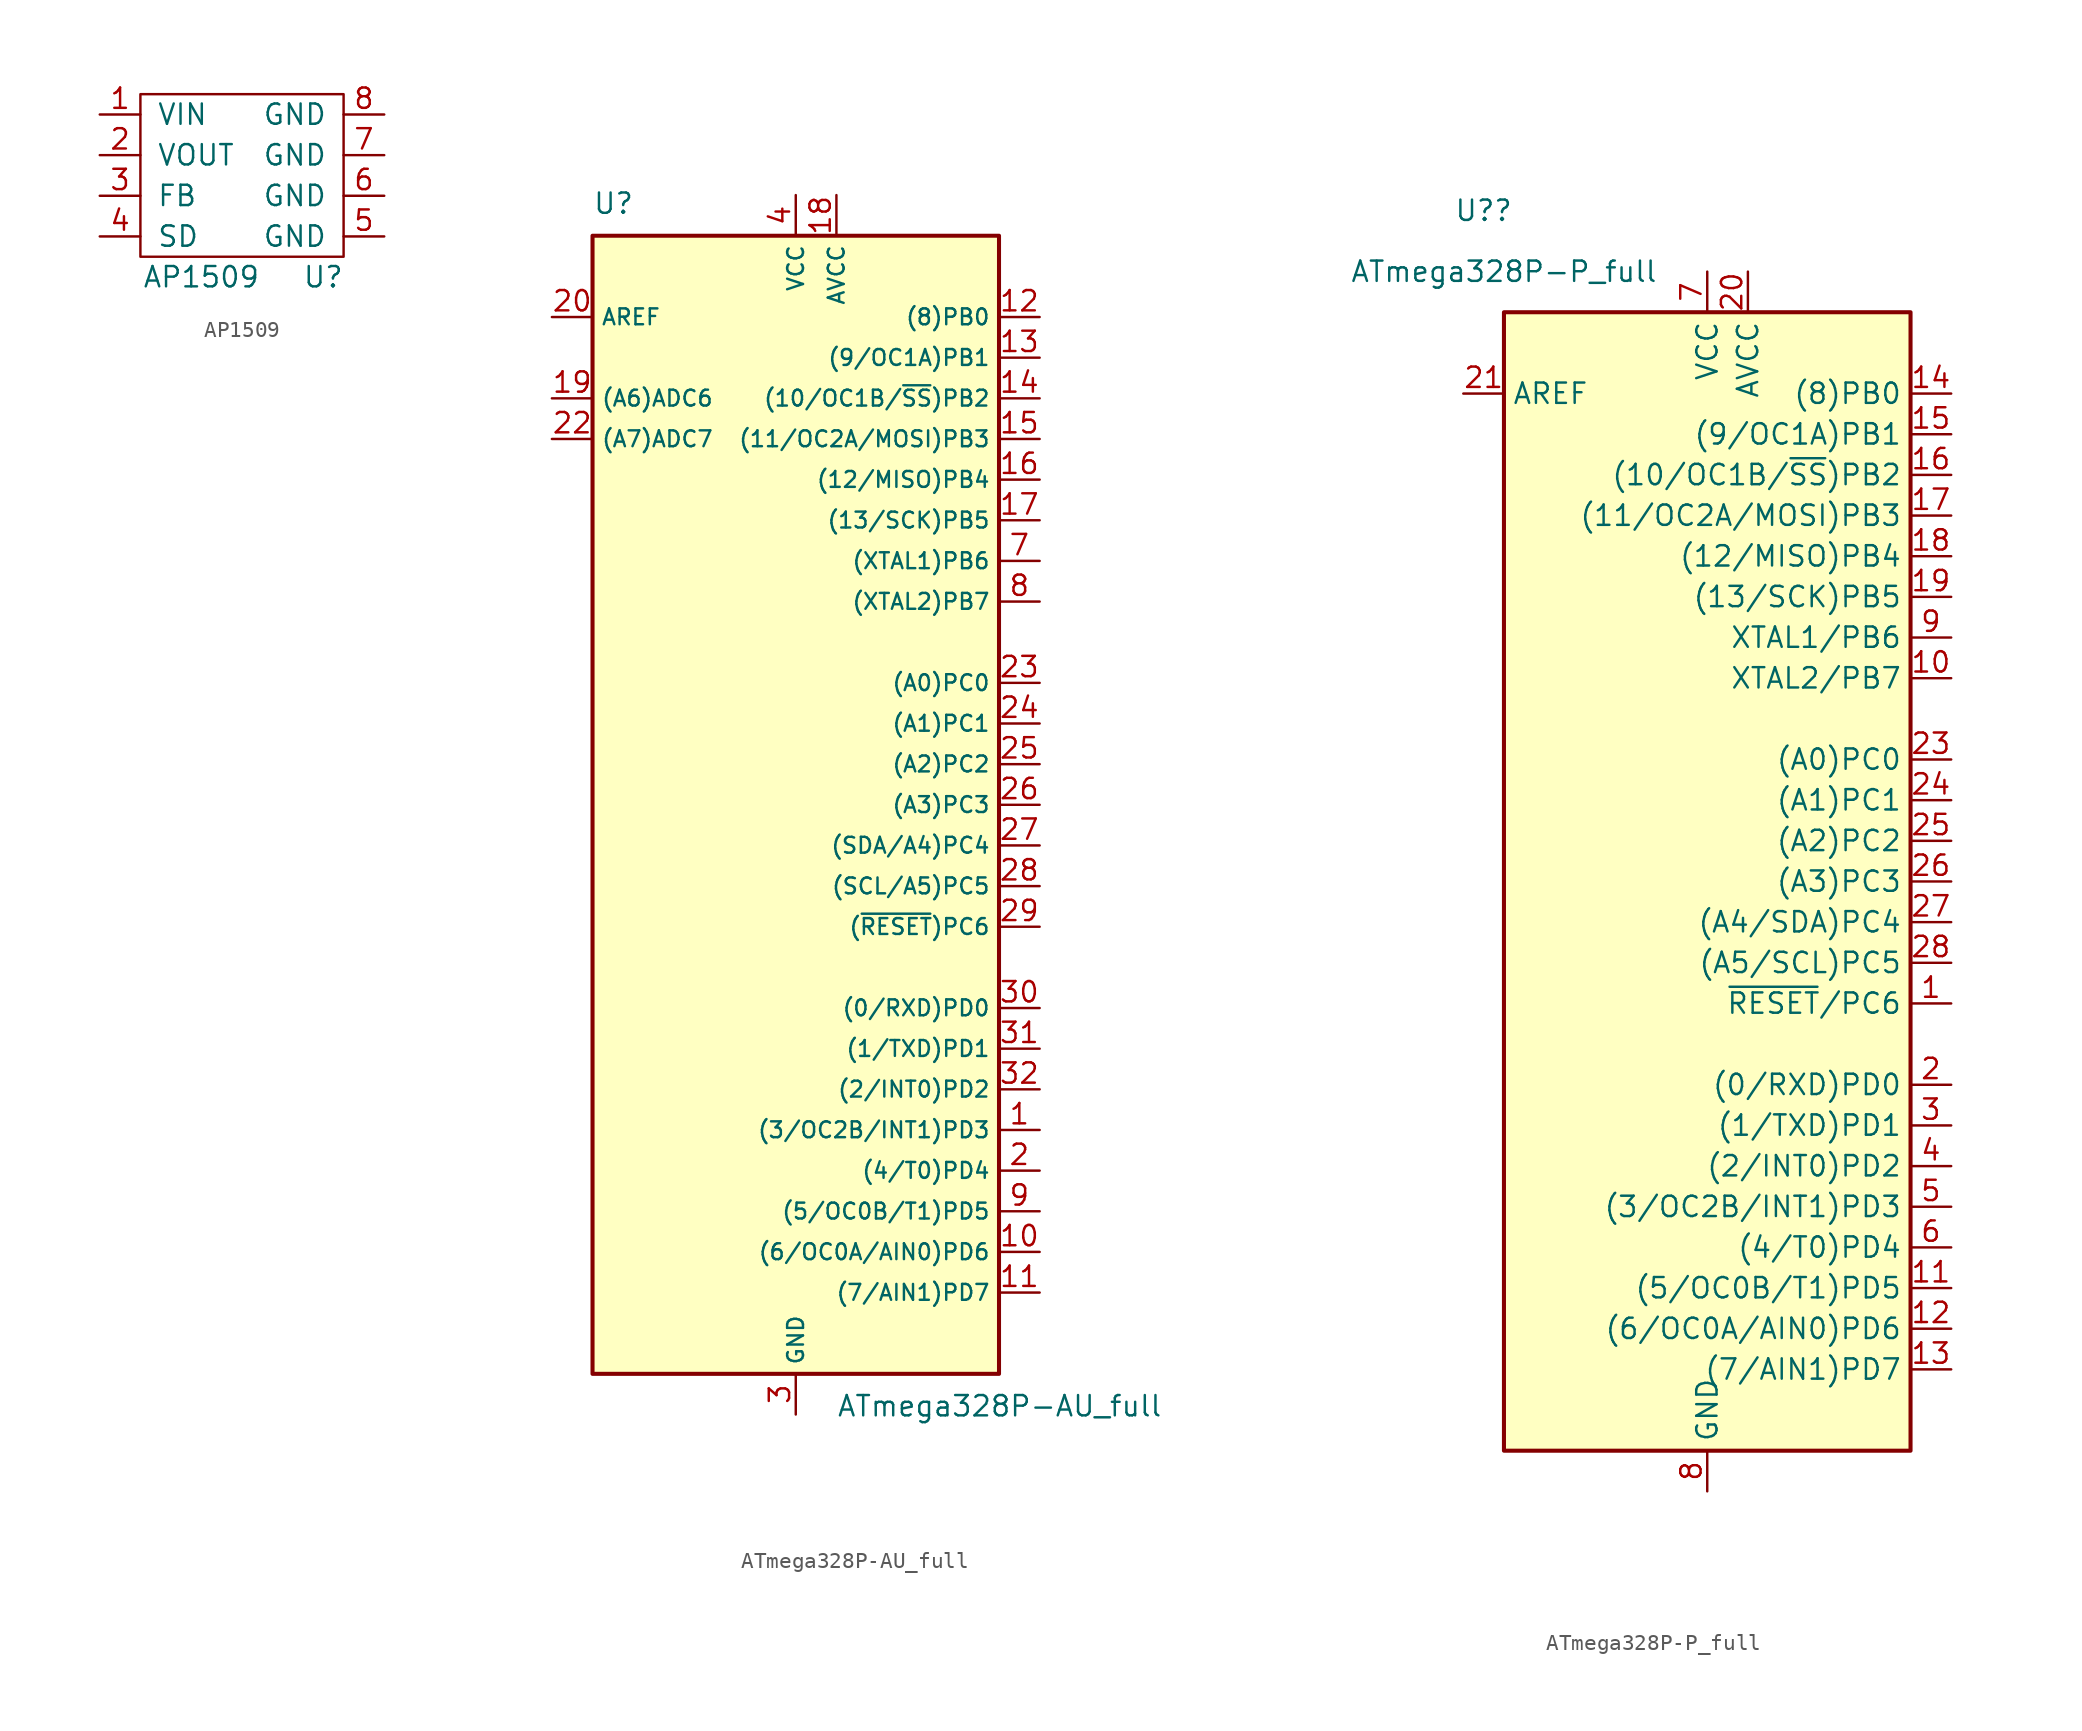
<source format=kicad_sym>
(kicad_symbol_lib
  (version 20231120)
  (generator "kicad_symbol_editor")
  (generator_version "8.0")
  (symbol "AP1509"
    (pin_names
      (offset 1.016))
    (property "Reference" "U"
      (at 5.08 -6.35 0)
      (effects (font (size 1.27 1.27))))
    (property "Value" "AP1509"
      (at -2.54 -6.35 0)
      (effects (font (size 1.27 1.27))))
    (symbol "AP1509_0_1"
      (rectangle (start -6.35 5.08) (end 6.35 -5.08) (stroke (width 0) (type default)) (fill (type none))))
    (symbol "AP1509_1_1"
      (pin power_in line (at -8.89 3.81 0) (length 2.54) (name "VIN" (effects (font (size 1.27 1.27)))) (number "1" (effects (font (size 1.27 1.27)))))
      (pin power_out line (at -8.89 1.27 0) (length 2.54) (name "VOUT" (effects (font (size 1.27 1.27)))) (number "2" (effects (font (size 1.27 1.27)))))
      (pin passive line (at -8.89 -1.27 0) (length 2.54) (name "FB" (effects (font (size 1.27 1.27)))) (number "3" (effects (font (size 1.27 1.27)))))
      (pin passive line (at -8.89 -3.81 0) (length 2.54) (name "SD" (effects (font (size 1.27 1.27)))) (number "4" (effects (font (size 1.27 1.27)))))
      (pin passive line (at 8.89 -3.81 180) (length 2.54) (name "GND" (effects (font (size 1.27 1.27)))) (number "5" (effects (font (size 1.27 1.27)))))
      (pin passive line (at 8.89 -1.27 180) (length 2.54) (name "GND" (effects (font (size 1.27 1.27)))) (number "6" (effects (font (size 1.27 1.27)))))
      (pin passive line (at 8.89 1.27 180) (length 2.54) (name "GND" (effects (font (size 1.27 1.27)))) (number "7" (effects (font (size 1.27 1.27)))))
      (pin passive line (at 8.89 3.81 180) (length 2.54) (name "GND" (effects (font (size 1.27 1.27)))) (number "8" (effects (font (size 1.27 1.27)))))))
  (symbol "ATmega328P-AU_full"
    (property "Reference" "U"
      (at -12.7 36.83 0)
      (effects (font (size 1.27 1.27)) (justify left bottom)))
    (property "Value" "ATmega328P-AU_full"
      (at 2.54 -36.83 0)
      (effects (font (size 1.27 1.27)) (justify left top)))
    (symbol "ATmega328P-AU_full_0_1"
      (rectangle (start -12.7 -35.56) (end 12.7 35.56) (stroke (width 0.254) (type default)) (fill (type background))))
    (symbol "ATmega328P-AU_full_1_1"
      (pin tri_state line (at 15.24 -20.32 180) (length 2.54) (name "(3/OC2B/INT1)PD3" (effects (font (size 0.991 0.991)))) (number "1" (effects (font (size 1.27 1.27)))))
      (pin tri_state line (at 15.24 -27.94 180) (length 2.54) (name "(6/OC0A/AIN0)PD6" (effects (font (size 0.991 0.991)))) (number "10" (effects (font (size 1.27 1.27)))))
      (pin tri_state line (at 15.24 -30.48 180) (length 2.54) (name "(7/AIN1)PD7" (effects (font (size 0.991 0.991)))) (number "11" (effects (font (size 1.27 1.27)))))
      (pin tri_state line (at 15.24 30.48 180) (length 2.54) (name "(8)PB0" (effects (font (size 0.991 0.991)))) (number "12" (effects (font (size 1.27 1.27)))))
      (pin tri_state line (at 15.24 27.94 180) (length 2.54) (name "(9/OC1A)PB1" (effects (font (size 0.991 0.991)))) (number "13" (effects (font (size 1.27 1.27)))))
      (pin tri_state line (at 15.24 25.4 180) (length 2.54) (name "(10/OC1B/~{SS})PB2" (effects (font (size 0.991 0.991)))) (number "14" (effects (font (size 1.27 1.27)))))
      (pin tri_state line (at 15.24 22.86 180) (length 2.54) (name "(11/OC2A/MOSI)PB3" (effects (font (size 0.991 0.991)))) (number "15" (effects (font (size 1.27 1.27)))))
      (pin tri_state line (at 15.24 20.32 180) (length 2.54) (name "(12/MISO)PB4" (effects (font (size 0.991 0.991)))) (number "16" (effects (font (size 1.27 1.27)))))
      (pin tri_state line (at 15.24 17.78 180) (length 2.54) (name "(13/SCK)PB5" (effects (font (size 0.991 0.991)))) (number "17" (effects (font (size 1.27 1.27)))))
      (pin power_in line (at 2.54 38.1 270) (length 2.54) (name "AVCC" (effects (font (size 0.991 0.991)))) (number "18" (effects (font (size 1.27 1.27)))))
      (pin input line (at -15.24 25.4 0) (length 2.54) (name "(A6)ADC6" (effects (font (size 0.991 0.991)))) (number "19" (effects (font (size 1.27 1.27)))))
      (pin tri_state line (at 15.24 -22.86 180) (length 2.54) (name "(4/T0)PD4" (effects (font (size 0.991 0.991)))) (number "2" (effects (font (size 1.27 1.27)))))
      (pin passive line (at -15.24 30.48 0) (length 2.54) (name "AREF" (effects (font (size 0.991 0.991)))) (number "20" (effects (font (size 1.27 1.27)))))
      (pin passive line (at 0 -38.1 90) (length 2.54) hide (name "GND" (effects (font (size 1.27 1.27)))) (number "21" (effects (font (size 1.27 1.27)))))
      (pin input line (at -15.24 22.86 0) (length 2.54) (name "(A7)ADC7" (effects (font (size 0.991 0.991)))) (number "22" (effects (font (size 1.27 1.27)))))
      (pin tri_state line (at 15.24 7.62 180) (length 2.54) (name "(A0)PC0" (effects (font (size 0.991 0.991)))) (number "23" (effects (font (size 1.27 1.27)))))
      (pin tri_state line (at 15.24 5.08 180) (length 2.54) (name "(A1)PC1" (effects (font (size 0.991 0.991)))) (number "24" (effects (font (size 1.27 1.27)))))
      (pin tri_state line (at 15.24 2.54 180) (length 2.54) (name "(A2)PC2" (effects (font (size 0.991 0.991)))) (number "25" (effects (font (size 1.27 1.27)))))
      (pin tri_state line (at 15.24 0 180) (length 2.54) (name "(A3)PC3" (effects (font (size 0.991 0.991)))) (number "26" (effects (font (size 1.27 1.27)))))
      (pin tri_state line (at 15.24 -2.54 180) (length 2.54) (name "(SDA/A4)PC4" (effects (font (size 0.991 0.991)))) (number "27" (effects (font (size 1.27 1.27)))))
      (pin tri_state line (at 15.24 -5.08 180) (length 2.54) (name "(SCL/A5)PC5" (effects (font (size 0.991 0.991)))) (number "28" (effects (font (size 1.27 1.27)))))
      (pin tri_state line (at 15.24 -7.62 180) (length 2.54) (name "(~{RESET})PC6" (effects (font (size 0.991 0.991)))) (number "29" (effects (font (size 1.27 1.27)))))
      (pin power_in line (at 0 -38.1 90) (length 2.54) (name "GND" (effects (font (size 0.991 0.991)))) (number "3" (effects (font (size 1.27 1.27)))))
      (pin tri_state line (at 15.24 -12.7 180) (length 2.54) (name "(0/RXD)PD0" (effects (font (size 0.991 0.991)))) (number "30" (effects (font (size 1.27 1.27)))))
      (pin tri_state line (at 15.24 -15.24 180) (length 2.54) (name "(1/TXD)PD1" (effects (font (size 0.991 0.991)))) (number "31" (effects (font (size 1.27 1.27)))))
      (pin tri_state line (at 15.24 -17.78 180) (length 2.54) (name "(2/INT0)PD2" (effects (font (size 0.991 0.991)))) (number "32" (effects (font (size 1.27 1.27)))))
      (pin power_in line (at 0 38.1 270) (length 2.54) (name "VCC" (effects (font (size 0.991 0.991)))) (number "4" (effects (font (size 1.27 1.27)))))
      (pin passive line (at 0 -38.1 90) (length 2.54) hide (name "GND" (effects (font (size 1.27 1.27)))) (number "5" (effects (font (size 1.27 1.27)))))
      (pin passive line (at 0 38.1 270) (length 2.54) hide (name "VCC" (effects (font (size 1.27 1.27)))) (number "6" (effects (font (size 1.27 1.27)))))
      (pin tri_state line (at 15.24 15.24 180) (length 2.54) (name "(XTAL1)PB6" (effects (font (size 0.991 0.991)))) (number "7" (effects (font (size 1.27 1.27)))))
      (pin tri_state line (at 15.24 12.7 180) (length 2.54) (name "(XTAL2)PB7" (effects (font (size 0.991 0.991)))) (number "8" (effects (font (size 1.27 1.27)))))
      (pin tri_state line (at 15.24 -25.4 180) (length 2.54) (name "(5/OC0B/T1)PD5" (effects (font (size 0.991 0.991)))) (number "9" (effects (font (size 1.27 1.27)))))))
  (symbol "ATmega328P-P_full"
    (property "Reference" "U?"
      (at -13.97 41.91 0)
      (effects (font (size 1.27 1.27))))
    (property "Value" "ATmega328P-P_full"
      (at -12.7 38.1 0)
      (effects (font (size 1.27 1.27))))
    (symbol "ATmega328P-P_full_0_1"
      (rectangle (start -12.7 -35.56) (end 12.7 35.56) (stroke (width 0.254) (type default)) (fill (type background))))
    (symbol "ATmega328P-P_full_1_1"
      (pin bidirectional line (at 15.24 -7.62 180) (length 2.54) (name "~{RESET}/PC6" (effects (font (size 1.27 1.27)))) (number "1" (effects (font (size 1.27 1.27)))))
      (pin bidirectional line (at 15.24 12.7 180) (length 2.54) (name "XTAL2/PB7" (effects (font (size 1.27 1.27)))) (number "10" (effects (font (size 1.27 1.27)))))
      (pin bidirectional line (at 15.24 -25.4 180) (length 2.54) (name "(5/OC0B/T1)PD5" (effects (font (size 1.27 1.27)))) (number "11" (effects (font (size 1.27 1.27)))))
      (pin bidirectional line (at 15.24 -27.94 180) (length 2.54) (name "(6/OC0A/AIN0)PD6" (effects (font (size 1.27 1.27)))) (number "12" (effects (font (size 1.27 1.27)))))
      (pin bidirectional line (at 15.24 -30.48 180) (length 2.54) (name "(7/AIN1)PD7" (effects (font (size 1.27 1.27)))) (number "13" (effects (font (size 1.27 1.27)))))
      (pin bidirectional line (at 15.24 30.48 180) (length 2.54) (name "(8)PB0" (effects (font (size 1.27 1.27)))) (number "14" (effects (font (size 1.27 1.27)))))
      (pin bidirectional line (at 15.24 27.94 180) (length 2.54) (name "(9/OC1A)PB1" (effects (font (size 1.27 1.27)))) (number "15" (effects (font (size 1.27 1.27)))))
      (pin bidirectional line (at 15.24 25.4 180) (length 2.54) (name "(10/OC1B/~{SS})PB2" (effects (font (size 1.27 1.27)))) (number "16" (effects (font (size 1.27 1.27)))))
      (pin bidirectional line (at 15.24 22.86 180) (length 2.54) (name "(11/OC2A/MOSI)PB3" (effects (font (size 1.27 1.27)))) (number "17" (effects (font (size 1.27 1.27)))))
      (pin bidirectional line (at 15.24 20.32 180) (length 2.54) (name "(12/MISO)PB4" (effects (font (size 1.27 1.27)))) (number "18" (effects (font (size 1.27 1.27)))))
      (pin bidirectional line (at 15.24 17.78 180) (length 2.54) (name "(13/SCK)PB5" (effects (font (size 1.27 1.27)))) (number "19" (effects (font (size 1.27 1.27)))))
      (pin bidirectional line (at 15.24 -12.7 180) (length 2.54) (name "(0/RXD)PD0" (effects (font (size 1.27 1.27)))) (number "2" (effects (font (size 1.27 1.27)))))
      (pin power_in line (at 2.54 38.1 270) (length 2.54) (name "AVCC" (effects (font (size 1.27 1.27)))) (number "20" (effects (font (size 1.27 1.27)))))
      (pin passive line (at -15.24 30.48 0) (length 2.54) (name "AREF" (effects (font (size 1.27 1.27)))) (number "21" (effects (font (size 1.27 1.27)))))
      (pin passive line (at 0 -38.1 90) (length 2.54) hide (name "GND" (effects (font (size 1.27 1.27)))) (number "22" (effects (font (size 1.27 1.27)))))
      (pin bidirectional line (at 15.24 7.62 180) (length 2.54) (name "(A0)PC0" (effects (font (size 1.27 1.27)))) (number "23" (effects (font (size 1.27 1.27)))))
      (pin bidirectional line (at 15.24 5.08 180) (length 2.54) (name "(A1)PC1" (effects (font (size 1.27 1.27)))) (number "24" (effects (font (size 1.27 1.27)))))
      (pin bidirectional line (at 15.24 2.54 180) (length 2.54) (name "(A2)PC2" (effects (font (size 1.27 1.27)))) (number "25" (effects (font (size 1.27 1.27)))))
      (pin bidirectional line (at 15.24 0 180) (length 2.54) (name "(A3)PC3" (effects (font (size 1.27 1.27)))) (number "26" (effects (font (size 1.27 1.27)))))
      (pin bidirectional line (at 15.24 -2.54 180) (length 2.54) (name "(A4/SDA)PC4" (effects (font (size 1.27 1.27)))) (number "27" (effects (font (size 1.27 1.27)))))
      (pin bidirectional line (at 15.24 -5.08 180) (length 2.54) (name "(A5/SCL)PC5" (effects (font (size 1.27 1.27)))) (number "28" (effects (font (size 1.27 1.27)))))
      (pin bidirectional line (at 15.24 -15.24 180) (length 2.54) (name "(1/TXD)PD1" (effects (font (size 1.27 1.27)))) (number "3" (effects (font (size 1.27 1.27)))))
      (pin bidirectional line (at 15.24 -17.78 180) (length 2.54) (name "(2/INT0)PD2" (effects (font (size 1.27 1.27)))) (number "4" (effects (font (size 1.27 1.27)))))
      (pin bidirectional line (at 15.24 -20.32 180) (length 2.54) (name "(3/OC2B/INT1)PD3" (effects (font (size 1.27 1.27)))) (number "5" (effects (font (size 1.27 1.27)))))
      (pin bidirectional line (at 15.24 -22.86 180) (length 2.54) (name "(4/T0)PD4" (effects (font (size 1.27 1.27)))) (number "6" (effects (font (size 1.27 1.27)))))
      (pin power_in line (at 0 38.1 270) (length 2.54) (name "VCC" (effects (font (size 1.27 1.27)))) (number "7" (effects (font (size 1.27 1.27)))))
      (pin power_in line (at 0 -38.1 90) (length 2.54) (name "GND" (effects (font (size 1.27 1.27)))) (number "8" (effects (font (size 1.27 1.27)))))
      (pin bidirectional line (at 15.24 15.24 180) (length 2.54) (name "XTAL1/PB6" (effects (font (size 1.27 1.27)))) (number "9" (effects (font (size 1.27 1.27))))))))
</source>
